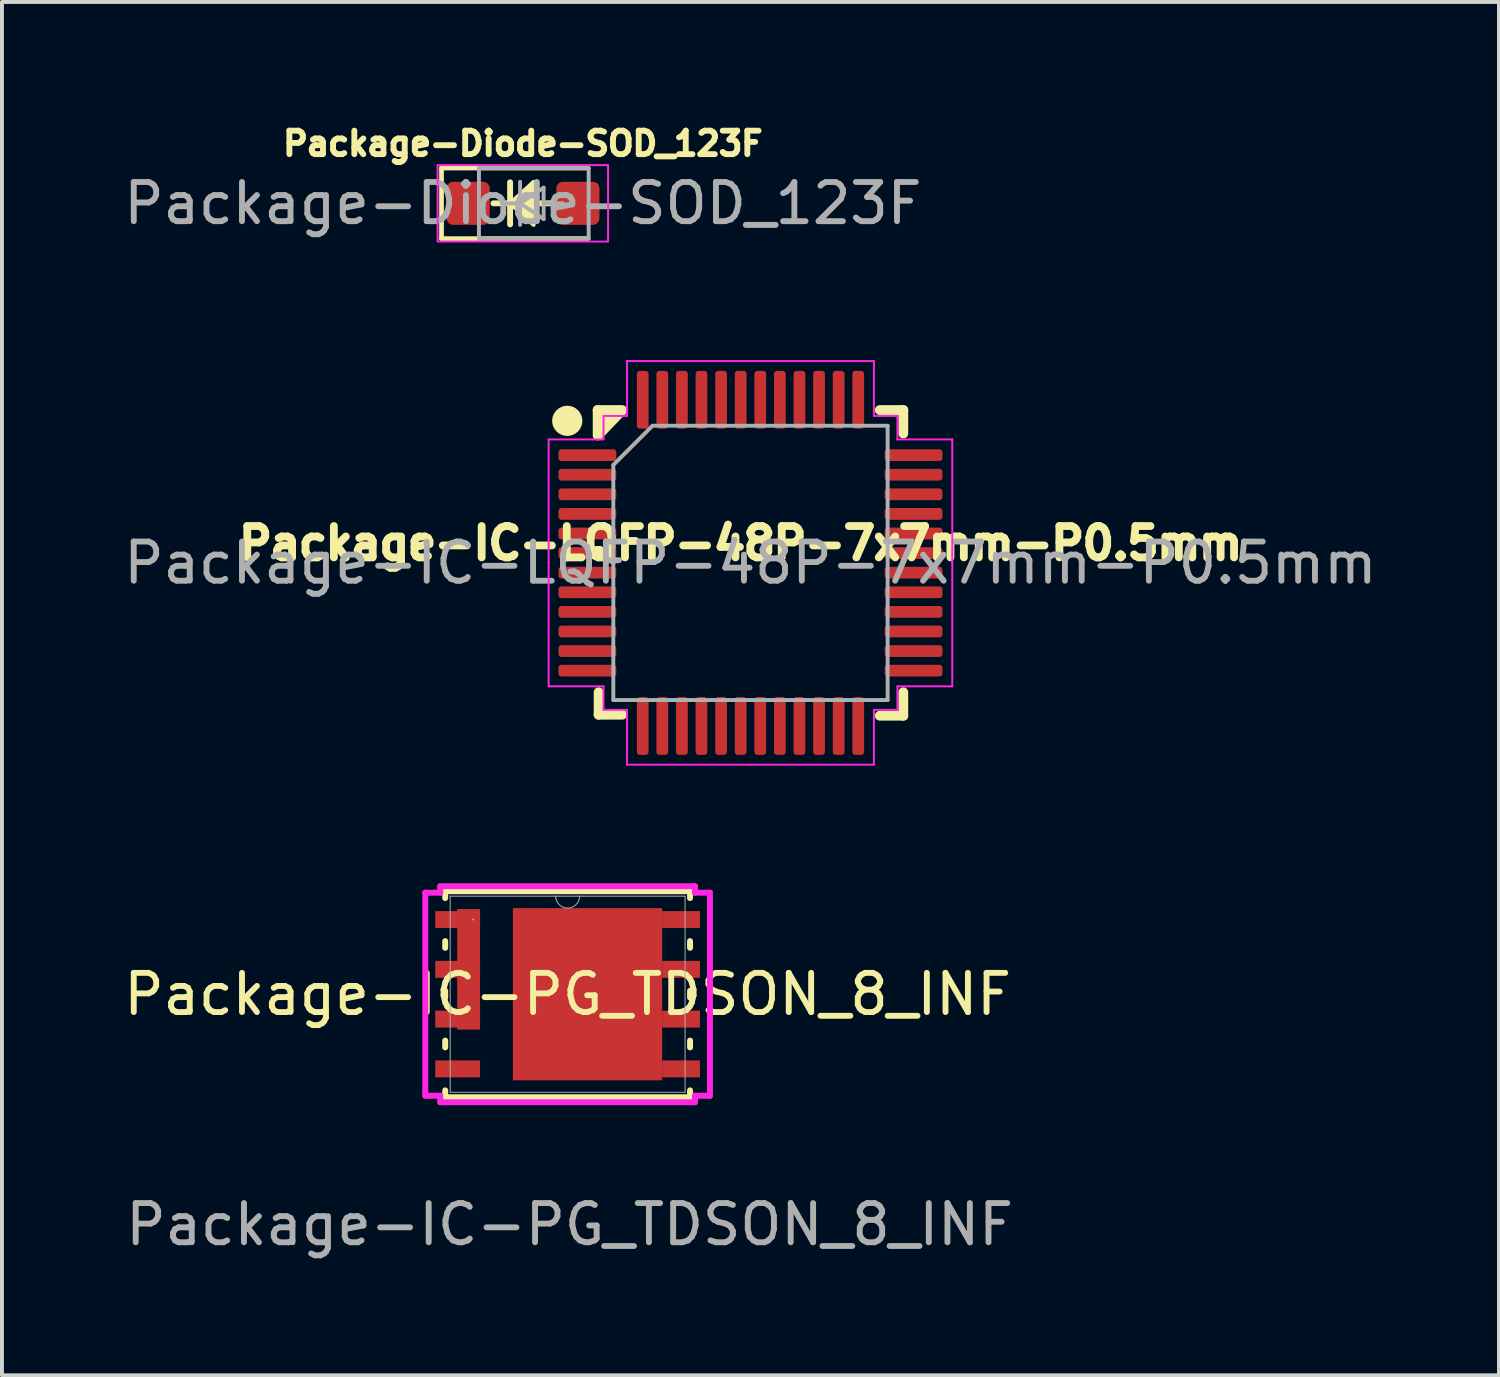
<source format=kicad_pcb>
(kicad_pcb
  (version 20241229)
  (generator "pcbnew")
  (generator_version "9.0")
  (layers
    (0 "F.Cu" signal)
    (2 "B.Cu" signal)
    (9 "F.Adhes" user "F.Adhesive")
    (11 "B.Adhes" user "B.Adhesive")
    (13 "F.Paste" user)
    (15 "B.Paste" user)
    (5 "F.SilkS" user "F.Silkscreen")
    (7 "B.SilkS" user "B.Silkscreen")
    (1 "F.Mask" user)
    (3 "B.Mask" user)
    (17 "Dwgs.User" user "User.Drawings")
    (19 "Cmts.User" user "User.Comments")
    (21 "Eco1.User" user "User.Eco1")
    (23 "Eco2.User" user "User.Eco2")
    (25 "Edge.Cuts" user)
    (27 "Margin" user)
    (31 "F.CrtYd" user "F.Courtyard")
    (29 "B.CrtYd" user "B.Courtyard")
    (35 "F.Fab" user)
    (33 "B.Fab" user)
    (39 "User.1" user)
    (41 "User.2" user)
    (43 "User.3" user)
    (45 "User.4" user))
  (footprint "Package-IC-LQFP-48P-7x7mm-P0.5mm"
    (layer "F.Cu")
    (at 16.101 11.314)
    (property "Reference" "Package-IC-LQFP-48P-7x7mm-P0.5mm" (at -0.25 -0.5 180) (layer "F.SilkS") (effects (font (size 0.8 0.8) (thickness 0.2))))
    (attr smd)
    (fp_line (start -3.9 -3.9) (end -3.9 -3.25) (stroke (width 0.25) (type solid)) (layer "F.SilkS"))
    (fp_line (start -3.875 3.875) (end -3.875 3.3) (stroke (width 0.25) (type solid)) (layer "F.SilkS"))
    (fp_line (start -3.275 -3.9) (end -3.9 -3.9) (stroke (width 0.25) (type solid)) (layer "F.SilkS"))
    (fp_line (start -3.275 3.875) (end -3.875 3.875) (stroke (width 0.25) (type solid)) (layer "F.SilkS"))
    (fp_line (start 3.3 -3.9) (end 3.9 -3.9) (stroke (width 0.25) (type solid)) (layer "F.SilkS"))
    (fp_line (start 3.3 3.9) (end 3.9 3.9) (stroke (width 0.25) (type solid)) (layer "F.SilkS"))
    (fp_line (start 3.9 -3.9) (end 3.9 -3.3) (stroke (width 0.25) (type solid)) (layer "F.SilkS"))
    (fp_line (start 3.9 3.9) (end 3.9 3.3) (stroke (width 0.25) (type solid)) (layer "F.SilkS"))
    (fp_circle (center -4.675 -3.625) (end -4.35 -3.625) (stroke (width 0.12) (type solid)) (fill yes) (layer "F.SilkS"))
    (fp_poly (pts (xy -3.9 -3.9) (xy -3.225 -3.85) (xy -3.85 -3.2)) (stroke (width 0.12) (type solid)) (fill yes) (layer "F.SilkS"))
    (fp_line (start -5.15 -3.15) (end -5.15 0) (stroke (width 0.05) (type solid)) (layer "F.CrtYd"))
    (fp_line (start -5.15 3.15) (end -5.15 0) (stroke (width 0.05) (type solid)) (layer "F.CrtYd"))
    (fp_line (start -3.75 -3.75) (end -3.75 -3.15) (stroke (width 0.05) (type solid)) (layer "F.CrtYd"))
    (fp_line (start -3.75 -3.15) (end -5.15 -3.15) (stroke (width 0.05) (type solid)) (layer "F.CrtYd"))
    (fp_line (start -3.75 3.15) (end -5.15 3.15) (stroke (width 0.05) (type solid)) (layer "F.CrtYd"))
    (fp_line (start -3.75 3.75) (end -3.75 3.15) (stroke (width 0.05) (type solid)) (layer "F.CrtYd"))
    (fp_line (start -3.15 -5.15) (end -3.15 -3.75) (stroke (width 0.05) (type solid)) (layer "F.CrtYd"))
    (fp_line (start -3.15 -3.75) (end -3.75 -3.75) (stroke (width 0.05) (type solid)) (layer "F.CrtYd"))
    (fp_line (start -3.15 3.75) (end -3.75 3.75) (stroke (width 0.05) (type solid)) (layer "F.CrtYd"))
    (fp_line (start -3.15 5.15) (end -3.15 3.75) (stroke (width 0.05) (type solid)) (layer "F.CrtYd"))
    (fp_line (start 0 -5.15) (end -3.15 -5.15) (stroke (width 0.05) (type solid)) (layer "F.CrtYd"))
    (fp_line (start 0 -5.15) (end 3.15 -5.15) (stroke (width 0.05) (type solid)) (layer "F.CrtYd"))
    (fp_line (start 0 5.15) (end -3.15 5.15) (stroke (width 0.05) (type solid)) (layer "F.CrtYd"))
    (fp_line (start 0 5.15) (end 3.15 5.15) (stroke (width 0.05) (type solid)) (layer "F.CrtYd"))
    (fp_line (start 3.15 -5.15) (end 3.15 -3.75) (stroke (width 0.05) (type solid)) (layer "F.CrtYd"))
    (fp_line (start 3.15 -3.75) (end 3.75 -3.75) (stroke (width 0.05) (type solid)) (layer "F.CrtYd"))
    (fp_line (start 3.15 3.75) (end 3.75 3.75) (stroke (width 0.05) (type solid)) (layer "F.CrtYd"))
    (fp_line (start 3.15 5.15) (end 3.15 3.75) (stroke (width 0.05) (type solid)) (layer "F.CrtYd"))
    (fp_line (start 3.75 -3.75) (end 3.75 -3.15) (stroke (width 0.05) (type solid)) (layer "F.CrtYd"))
    (fp_line (start 3.75 -3.15) (end 5.15 -3.15) (stroke (width 0.05) (type solid)) (layer "F.CrtYd"))
    (fp_line (start 3.75 3.15) (end 5.15 3.15) (stroke (width 0.05) (type solid)) (layer "F.CrtYd"))
    (fp_line (start 3.75 3.75) (end 3.75 3.15) (stroke (width 0.05) (type solid)) (layer "F.CrtYd"))
    (fp_line (start 5.15 -3.15) (end 5.15 0) (stroke (width 0.05) (type solid)) (layer "F.CrtYd"))
    (fp_line (start 5.15 3.15) (end 5.15 0) (stroke (width 0.05) (type solid)) (layer "F.CrtYd"))
    (fp_line (start -3.5 -2.5) (end -2.5 -3.5) (stroke (width 0.1) (type solid)) (layer "F.Fab"))
    (fp_line (start -3.5 3.5) (end -3.5 -2.5) (stroke (width 0.1) (type solid)) (layer "F.Fab"))
    (fp_line (start -2.5 -3.5) (end 3.5 -3.5) (stroke (width 0.1) (type solid)) (layer "F.Fab"))
    (fp_line (start 3.5 -3.5) (end 3.5 3.5) (stroke (width 0.1) (type solid)) (layer "F.Fab"))
    (fp_line (start 3.5 3.5) (end -3.5 3.5) (stroke (width 0.1) (type solid)) (layer "F.Fab"))
    (fp_text user "${REFERENCE}" (at 0 0 180) (layer "F.Fab") (effects (font (size 1 1) (thickness 0.15))))
    (pad "1" smd roundrect (at -4.162 -2.75) (size 1.475 0.3) (layers "F.Cu" "F.Mask" "F.Paste") (roundrect_rratio 0.25))
    (pad "2" smd roundrect (at -4.162 -2.25) (size 1.475 0.3) (layers "F.Cu" "F.Mask" "F.Paste") (roundrect_rratio 0.25))
    (pad "3" smd roundrect (at -4.162 -1.75) (size 1.475 0.3) (layers "F.Cu" "F.Mask" "F.Paste") (roundrect_rratio 0.25))
    (pad "4" smd roundrect (at -4.162 -1.25) (size 1.475 0.3) (layers "F.Cu" "F.Mask" "F.Paste") (roundrect_rratio 0.25))
    (pad "5" smd roundrect (at -4.162 -0.75) (size 1.475 0.3) (layers "F.Cu" "F.Mask" "F.Paste") (roundrect_rratio 0.25))
    (pad "6" smd roundrect (at -4.162 -0.25) (size 1.475 0.3) (layers "F.Cu" "F.Mask" "F.Paste") (roundrect_rratio 0.25))
    (pad "7" smd roundrect (at -4.162 0.25) (size 1.475 0.3) (layers "F.Cu" "F.Mask" "F.Paste") (roundrect_rratio 0.25))
    (pad "8" smd roundrect (at -4.162 0.75) (size 1.475 0.3) (layers "F.Cu" "F.Mask" "F.Paste") (roundrect_rratio 0.25))
    (pad "9" smd roundrect (at -4.162 1.25) (size 1.475 0.3) (layers "F.Cu" "F.Mask" "F.Paste") (roundrect_rratio 0.25))
    (pad "10" smd roundrect (at -4.162 1.75) (size 1.475 0.3) (layers "F.Cu" "F.Mask" "F.Paste") (roundrect_rratio 0.25))
    (pad "11" smd roundrect (at -4.162 2.25) (size 1.475 0.3) (layers "F.Cu" "F.Mask" "F.Paste") (roundrect_rratio 0.25))
    (pad "12" smd roundrect (at -4.162 2.75) (size 1.475 0.3) (layers "F.Cu" "F.Mask" "F.Paste") (roundrect_rratio 0.25))
    (pad "13" smd roundrect (at -2.75 4.162) (size 0.3 1.475) (layers "F.Cu" "F.Mask" "F.Paste") (roundrect_rratio 0.25))
    (pad "14" smd roundrect (at -2.25 4.162) (size 0.3 1.475) (layers "F.Cu" "F.Mask" "F.Paste") (roundrect_rratio 0.25))
    (pad "15" smd roundrect (at -1.75 4.162) (size 0.3 1.475) (layers "F.Cu" "F.Mask" "F.Paste") (roundrect_rratio 0.25))
    (pad "16" smd roundrect (at -1.25 4.162) (size 0.3 1.475) (layers "F.Cu" "F.Mask" "F.Paste") (roundrect_rratio 0.25))
    (pad "17" smd roundrect (at -0.75 4.162) (size 0.3 1.475) (layers "F.Cu" "F.Mask" "F.Paste") (roundrect_rratio 0.25))
    (pad "18" smd roundrect (at -0.25 4.162) (size 0.3 1.475) (layers "F.Cu" "F.Mask" "F.Paste") (roundrect_rratio 0.25))
    (pad "19" smd roundrect (at 0.25 4.162) (size 0.3 1.475) (layers "F.Cu" "F.Mask" "F.Paste") (roundrect_rratio 0.25))
    (pad "20" smd roundrect (at 0.75 4.162) (size 0.3 1.475) (layers "F.Cu" "F.Mask" "F.Paste") (roundrect_rratio 0.25))
    (pad "21" smd roundrect (at 1.25 4.162) (size 0.3 1.475) (layers "F.Cu" "F.Mask" "F.Paste") (roundrect_rratio 0.25))
    (pad "22" smd roundrect (at 1.75 4.162) (size 0.3 1.475) (layers "F.Cu" "F.Mask" "F.Paste") (roundrect_rratio 0.25))
    (pad "23" smd roundrect (at 2.25 4.162) (size 0.3 1.475) (layers "F.Cu" "F.Mask" "F.Paste") (roundrect_rratio 0.25))
    (pad "24" smd roundrect (at 2.75 4.162) (size 0.3 1.475) (layers "F.Cu" "F.Mask" "F.Paste") (roundrect_rratio 0.25))
    (pad "25" smd roundrect (at 4.162 2.75) (size 1.475 0.3) (layers "F.Cu" "F.Mask" "F.Paste") (roundrect_rratio 0.25))
    (pad "26" smd roundrect (at 4.162 2.25) (size 1.475 0.3) (layers "F.Cu" "F.Mask" "F.Paste") (roundrect_rratio 0.25))
    (pad "27" smd roundrect (at 4.162 1.75) (size 1.475 0.3) (layers "F.Cu" "F.Mask" "F.Paste") (roundrect_rratio 0.25))
    (pad "28" smd roundrect (at 4.162 1.25) (size 1.475 0.3) (layers "F.Cu" "F.Mask" "F.Paste") (roundrect_rratio 0.25))
    (pad "29" smd roundrect (at 4.162 0.75) (size 1.475 0.3) (layers "F.Cu" "F.Mask" "F.Paste") (roundrect_rratio 0.25))
    (pad "30" smd roundrect (at 4.162 0.25) (size 1.475 0.3) (layers "F.Cu" "F.Mask" "F.Paste") (roundrect_rratio 0.25))
    (pad "31" smd roundrect (at 4.162 -0.25) (size 1.475 0.3) (layers "F.Cu" "F.Mask" "F.Paste") (roundrect_rratio 0.25))
    (pad "32" smd roundrect (at 4.162 -0.75) (size 1.475 0.3) (layers "F.Cu" "F.Mask" "F.Paste") (roundrect_rratio 0.25))
    (pad "33" smd roundrect (at 4.162 -1.25) (size 1.475 0.3) (layers "F.Cu" "F.Mask" "F.Paste") (roundrect_rratio 0.25))
    (pad "34" smd roundrect (at 4.162 -1.75) (size 1.475 0.3) (layers "F.Cu" "F.Mask" "F.Paste") (roundrect_rratio 0.25))
    (pad "35" smd roundrect (at 4.162 -2.25) (size 1.475 0.3) (layers "F.Cu" "F.Mask" "F.Paste") (roundrect_rratio 0.25))
    (pad "36" smd roundrect (at 4.162 -2.75) (size 1.475 0.3) (layers "F.Cu" "F.Mask" "F.Paste") (roundrect_rratio 0.25))
    (pad "37" smd roundrect (at 2.75 -4.162) (size 0.3 1.475) (layers "F.Cu" "F.Mask" "F.Paste") (roundrect_rratio 0.25))
    (pad "38" smd roundrect (at 2.25 -4.162) (size 0.3 1.475) (layers "F.Cu" "F.Mask" "F.Paste") (roundrect_rratio 0.25))
    (pad "39" smd roundrect (at 1.75 -4.162) (size 0.3 1.475) (layers "F.Cu" "F.Mask" "F.Paste") (roundrect_rratio 0.25))
    (pad "40" smd roundrect (at 1.25 -4.162) (size 0.3 1.475) (layers "F.Cu" "F.Mask" "F.Paste") (roundrect_rratio 0.25))
    (pad "41" smd roundrect (at 0.75 -4.162) (size 0.3 1.475) (layers "F.Cu" "F.Mask" "F.Paste") (roundrect_rratio 0.25))
    (pad "42" smd roundrect (at 0.25 -4.162) (size 0.3 1.475) (layers "F.Cu" "F.Mask" "F.Paste") (roundrect_rratio 0.25))
    (pad "43" smd roundrect (at -0.25 -4.162) (size 0.3 1.475) (layers "F.Cu" "F.Mask" "F.Paste") (roundrect_rratio 0.25))
    (pad "44" smd roundrect (at -0.75 -4.162) (size 0.3 1.475) (layers "F.Cu" "F.Mask" "F.Paste") (roundrect_rratio 0.25))
    (pad "45" smd roundrect (at -1.25 -4.162) (size 0.3 1.475) (layers "F.Cu" "F.Mask" "F.Paste") (roundrect_rratio 0.25))
    (pad "46" smd roundrect (at -1.75 -4.162) (size 0.3 1.475) (layers "F.Cu" "F.Mask" "F.Paste") (roundrect_rratio 0.25))
    (pad "47" smd roundrect (at -2.25 -4.162) (size 0.3 1.475) (layers "F.Cu" "F.Mask" "F.Paste") (roundrect_rratio 0.25))
    (pad "48" smd roundrect (at -2.75 -4.162) (size 0.3 1.475) (layers "F.Cu" "F.Mask" "F.Paste") (roundrect_rratio 0.25)))
  (footprint "Package-IC-PG_TDSON_8_INF"
    (layer "F.Cu")
    (at 11.435 22.321)
    (property "Reference" "Package-IC-PG_TDSON_8_INF" (at 0 0 0) (unlocked yes) (layer "F.SilkS") (effects (font (size 1 1) (thickness 0.15))))
    (attr smd)
    (fp_poly (pts (xy -2.235 -2.172) (xy -2.235 0.902) (xy -2.819 0.902) (xy -2.819 -2.172)) (stroke (width 0) (type solid)) (fill yes) (layer "F.Cu"))
    (fp_poly (pts (xy -1.397 -2.197) (xy -1.397 2.197) (xy 2.413 2.197) (xy 2.413 -2.197)) (stroke (width 0) (type solid)) (fill yes) (layer "F.Cu"))
    (fp_poly (pts (xy -2.235 -2.172) (xy -2.235 0.902) (xy -2.819 0.902) (xy -2.819 -2.172)) (stroke (width 0) (type solid)) (fill yes) (layer "F.Mask"))
    (fp_poly (pts (xy -1.397 -2.197) (xy -1.397 2.197) (xy 2.413 2.197) (xy 2.413 -2.197)) (stroke (width 0) (type solid)) (fill yes) (layer "F.Mask"))
    (fp_line (start -3.124 -2.629) (end -3.124 -2.454) (stroke (width 0.152) (type solid)) (layer "F.SilkS"))
    (fp_line (start -3.124 -1.356) (end -3.124 -1.184) (stroke (width 0.152) (type solid)) (layer "F.SilkS"))
    (fp_line (start -3.124 -0.086) (end -3.124 0.086) (stroke (width 0.152) (type solid)) (layer "F.SilkS"))
    (fp_line (start -3.124 1.184) (end -3.124 1.356) (stroke (width 0.152) (type solid)) (layer "F.SilkS"))
    (fp_line (start -3.124 2.454) (end -3.124 2.629) (stroke (width 0.152) (type solid)) (layer "F.SilkS"))
    (fp_line (start -3.124 2.629) (end 3.124 2.629) (stroke (width 0.152) (type solid)) (layer "F.SilkS"))
    (fp_line (start 3.124 -2.629) (end -3.124 -2.629) (stroke (width 0.152) (type solid)) (layer "F.SilkS"))
    (fp_line (start 3.124 -2.454) (end 3.124 -2.629) (stroke (width 0.152) (type solid)) (layer "F.SilkS"))
    (fp_line (start 3.124 -1.184) (end 3.124 -1.356) (stroke (width 0.152) (type solid)) (layer "F.SilkS"))
    (fp_line (start 3.124 0.086) (end 3.124 -0.086) (stroke (width 0.152) (type solid)) (layer "F.SilkS"))
    (fp_line (start 3.124 1.356) (end 3.124 1.184) (stroke (width 0.152) (type solid)) (layer "F.SilkS"))
    (fp_line (start 3.124 2.629) (end 3.124 2.454) (stroke (width 0.152) (type solid)) (layer "F.SilkS"))
    (fp_poly (pts (xy -2.235 -2.172) (xy -2.235 0.902) (xy -2.819 0.902) (xy -2.819 -2.172)) (stroke (width 0) (type solid)) (fill yes) (layer "F.Paste"))
    (fp_poly (pts (xy -1.805 -2.097) (xy -1.805 -0.832) (xy -0.735 -0.832) (xy -0.735 -2.097)) (stroke (width 0) (type solid)) (fill yes) (layer "F.Paste"))
    (fp_poly (pts (xy -1.805 -0.632) (xy -1.805 0.632) (xy -0.735 0.632) (xy -0.735 -0.632)) (stroke (width 0) (type solid)) (fill yes) (layer "F.Paste"))
    (fp_poly (pts (xy -1.805 0.832) (xy -1.805 2.097) (xy -0.735 2.097) (xy -0.735 0.832)) (stroke (width 0) (type solid)) (fill yes) (layer "F.Paste"))
    (fp_poly (pts (xy -1.397 -2.197) (xy -1.397 2.197) (xy 2.413 2.197) (xy 2.413 -2.197)) (stroke (width 0) (type solid)) (fill yes) (layer "F.Paste"))
    (fp_poly (pts (xy -0.535 -2.097) (xy -0.535 -0.832) (xy 0.535 -0.832) (xy 0.535 -2.097)) (stroke (width 0) (type solid)) (fill yes) (layer "F.Paste"))
    (fp_poly (pts (xy -0.535 -0.632) (xy -0.535 0.632) (xy 0.535 0.632) (xy 0.535 -0.632)) (stroke (width 0) (type solid)) (fill yes) (layer "F.Paste"))
    (fp_poly (pts (xy -0.535 0.832) (xy -0.535 2.097) (xy 0.535 2.097) (xy 0.535 0.832)) (stroke (width 0) (type solid)) (fill yes) (layer "F.Paste"))
    (fp_poly (pts (xy 0.735 -2.097) (xy 0.735 -0.832) (xy 1.805 -0.832) (xy 1.805 -2.097)) (stroke (width 0) (type solid)) (fill yes) (layer "F.Paste"))
    (fp_poly (pts (xy 0.735 -0.632) (xy 0.735 0.632) (xy 1.805 0.632) (xy 1.805 -0.632)) (stroke (width 0) (type solid)) (fill yes) (layer "F.Paste"))
    (fp_poly (pts (xy 0.735 0.832) (xy 0.735 2.097) (xy 1.805 2.097) (xy 1.805 0.832)) (stroke (width 0) (type solid)) (fill yes) (layer "F.Paste"))
    (fp_line (start -3.632 -2.591) (end -3.251 -2.591) (stroke (width 0.152) (type solid)) (layer "F.CrtYd"))
    (fp_line (start -3.632 2.591) (end -3.632 -2.591) (stroke (width 0.152) (type solid)) (layer "F.CrtYd"))
    (fp_line (start -3.632 2.591) (end -3.251 2.591) (stroke (width 0.152) (type solid)) (layer "F.CrtYd"))
    (fp_line (start -3.251 -2.756) (end 3.251 -2.756) (stroke (width 0.152) (type solid)) (layer "F.CrtYd"))
    (fp_line (start -3.251 -2.591) (end -3.251 -2.756) (stroke (width 0.152) (type solid)) (layer "F.CrtYd"))
    (fp_line (start -3.251 2.756) (end -3.251 2.591) (stroke (width 0.152) (type solid)) (layer "F.CrtYd"))
    (fp_line (start 3.251 -2.756) (end 3.251 -2.591) (stroke (width 0.152) (type solid)) (layer "F.CrtYd"))
    (fp_line (start 3.251 2.591) (end 3.251 2.756) (stroke (width 0.152) (type solid)) (layer "F.CrtYd"))
    (fp_line (start 3.251 2.756) (end -3.251 2.756) (stroke (width 0.152) (type solid)) (layer "F.CrtYd"))
    (fp_line (start 3.632 -2.591) (end 3.251 -2.591) (stroke (width 0.152) (type solid)) (layer "F.CrtYd"))
    (fp_line (start 3.632 -2.591) (end 3.632 2.591) (stroke (width 0.152) (type solid)) (layer "F.CrtYd"))
    (fp_line (start 3.632 2.591) (end 3.251 2.591) (stroke (width 0.152) (type solid)) (layer "F.CrtYd"))
    (fp_line (start -2.997 -2.502) (end -2.997 2.502) (stroke (width 0.025) (type solid)) (layer "F.Fab"))
    (fp_line (start -2.997 2.502) (end 2.997 2.502) (stroke (width 0.025) (type solid)) (layer "F.Fab"))
    (fp_line (start 2.997 -2.502) (end -2.997 -2.502) (stroke (width 0.025) (type solid)) (layer "F.Fab"))
    (fp_line (start 2.997 2.502) (end 2.997 -2.502) (stroke (width 0.025) (type solid)) (layer "F.Fab"))
    (fp_arc (start 0.3048 -2.5019) (mid 0 -2.1971) (end -0.3048 -2.5019) (stroke (width 0.0254) (type solid)) (layer "F.Fab"))
    (fp_circle (center -2.413 -1.905) (end -2.413 -1.905) (stroke (width 0.025) (type solid)) (fill no) (layer "F.Fab"))
    (fp_text user "${REFERENCE}" (at 0.05 5.875 0) (unlocked yes) (layer "F.Fab") (effects (font (size 1 1) (thickness 0.15))))
    (pad "1" smd rect (at -2.807 -1.905) (size 1.143 0.432) (layers "F.Cu" "F.Mask" "F.Paste"))
    (pad "2" smd rect (at -2.807 -0.635) (size 1.143 0.432) (layers "F.Cu" "F.Mask" "F.Paste"))
    (pad "3" smd rect (at -2.807 0.635) (size 1.143 0.432) (layers "F.Cu" "F.Mask" "F.Paste"))
    (pad "4" smd rect (at -2.807 1.905) (size 1.143 0.432) (layers "F.Cu" "F.Mask" "F.Paste"))
    (pad "5" smd rect (at 2.896 1.905) (size 0.965 0.432) (layers "F.Cu" "F.Mask" "F.Paste"))
    (pad "6" smd rect (at 2.896 0.635) (size 0.965 0.432) (layers "F.Cu" "F.Mask" "F.Paste"))
    (pad "7" smd rect (at 2.896 -0.635) (size 0.965 0.432) (layers "F.Cu" "F.Mask" "F.Paste"))
    (pad "8" smd rect (at 2.896 -1.905) (size 0.965 0.432) (layers "F.Cu" "F.Mask" "F.Paste")))
  (footprint "Package-Diode-SOD_123F"
    (layer "F.Cu")
    (at 10.292 2.139)
    (property "Reference" "Package-Diode-SOD_123F" (at 0 -1.525 0) (unlocked yes) (layer "F.SilkS") (effects (font (size 0.6 0.6) (thickness 0.15) (bold yes))))
    (attr smd)
    (fp_line (start -2.075 -0.9) (end -2.075 0.9) (stroke (width 0.12) (type solid)) (layer "F.SilkS"))
    (fp_line (start -2.075 -0.9) (end 1.655 -0.9) (stroke (width 0.12) (type solid)) (layer "F.SilkS"))
    (fp_line (start -2.075 0.9) (end 1.655 0.9) (stroke (width 0.12) (type solid)) (layer "F.SilkS"))
    (fp_line (start -0.75 0) (end 0.75 0) (stroke (width 0.15) (type solid)) (layer "F.SilkS"))
    (fp_line (start -0.325 -0.537) (end -0.325 0.537) (stroke (width 0.15) (type solid)) (layer "F.SilkS"))
    (fp_poly (pts (xy -0.325 0) (xy 0.275 -0.55) (xy 0.275 0.55)) (stroke (width 0.1) (type solid)) (fill yes) (layer "F.SilkS"))
    (fp_rect (start -2.175 -0.975) (end 2.175 0.975) (stroke (width 0.05) (type default)) (fill no) (layer "F.CrtYd"))
    (fp_line (start -1.12 -0.9) (end 1.68 -0.9) (stroke (width 0.1) (type solid)) (layer "F.Fab"))
    (fp_line (start -1.12 0.9) (end -1.12 -0.9) (stroke (width 0.1) (type solid)) (layer "F.Fab"))
    (fp_line (start -0.47 0) (end -0.07 0) (stroke (width 0.1) (type solid)) (layer "F.Fab"))
    (fp_line (start -0.07 0) (end -0.07 -0.55) (stroke (width 0.1) (type solid)) (layer "F.Fab"))
    (fp_line (start -0.07 0) (end -0.07 0.55) (stroke (width 0.1) (type solid)) (layer "F.Fab"))
    (fp_line (start -0.07 0) (end 0.53 -0.4) (stroke (width 0.1) (type solid)) (layer "F.Fab"))
    (fp_line (start 0.53 -0.4) (end 0.53 0.4) (stroke (width 0.1) (type solid)) (layer "F.Fab"))
    (fp_line (start 0.53 0) (end 1.03 0) (stroke (width 0.1) (type solid)) (layer "F.Fab"))
    (fp_line (start 0.53 0.4) (end -0.07 0) (stroke (width 0.1) (type solid)) (layer "F.Fab"))
    (fp_line (start 1.68 -0.9) (end 1.68 0.9) (stroke (width 0.1) (type solid)) (layer "F.Fab"))
    (fp_line (start 1.68 0.9) (end -1.12 0.9) (stroke (width 0.1) (type solid)) (layer "F.Fab"))
    (fp_text user "${REFERENCE}" (at 0 0 0) (unlocked yes) (layer "F.Fab") (effects (font (size 1 1) (thickness 0.15))))
    (pad "1" smd roundrect (at -1.395 0) (size 1.1 1.1) (layers "F.Cu" "F.Mask" "F.Paste") (roundrect_rratio 0.15))
    (pad "2" smd roundrect (at 1.405 0) (size 1.1 1.1) (layers "F.Cu" "F.Mask" "F.Paste") (roundrect_rratio 0.15)))
  (gr_rect
    (start -3 -3)
    (end 35.202 32.045)
    (stroke (width 0.1) (type default))
    (fill no)
    (layer "Edge.Cuts")))
</source>
